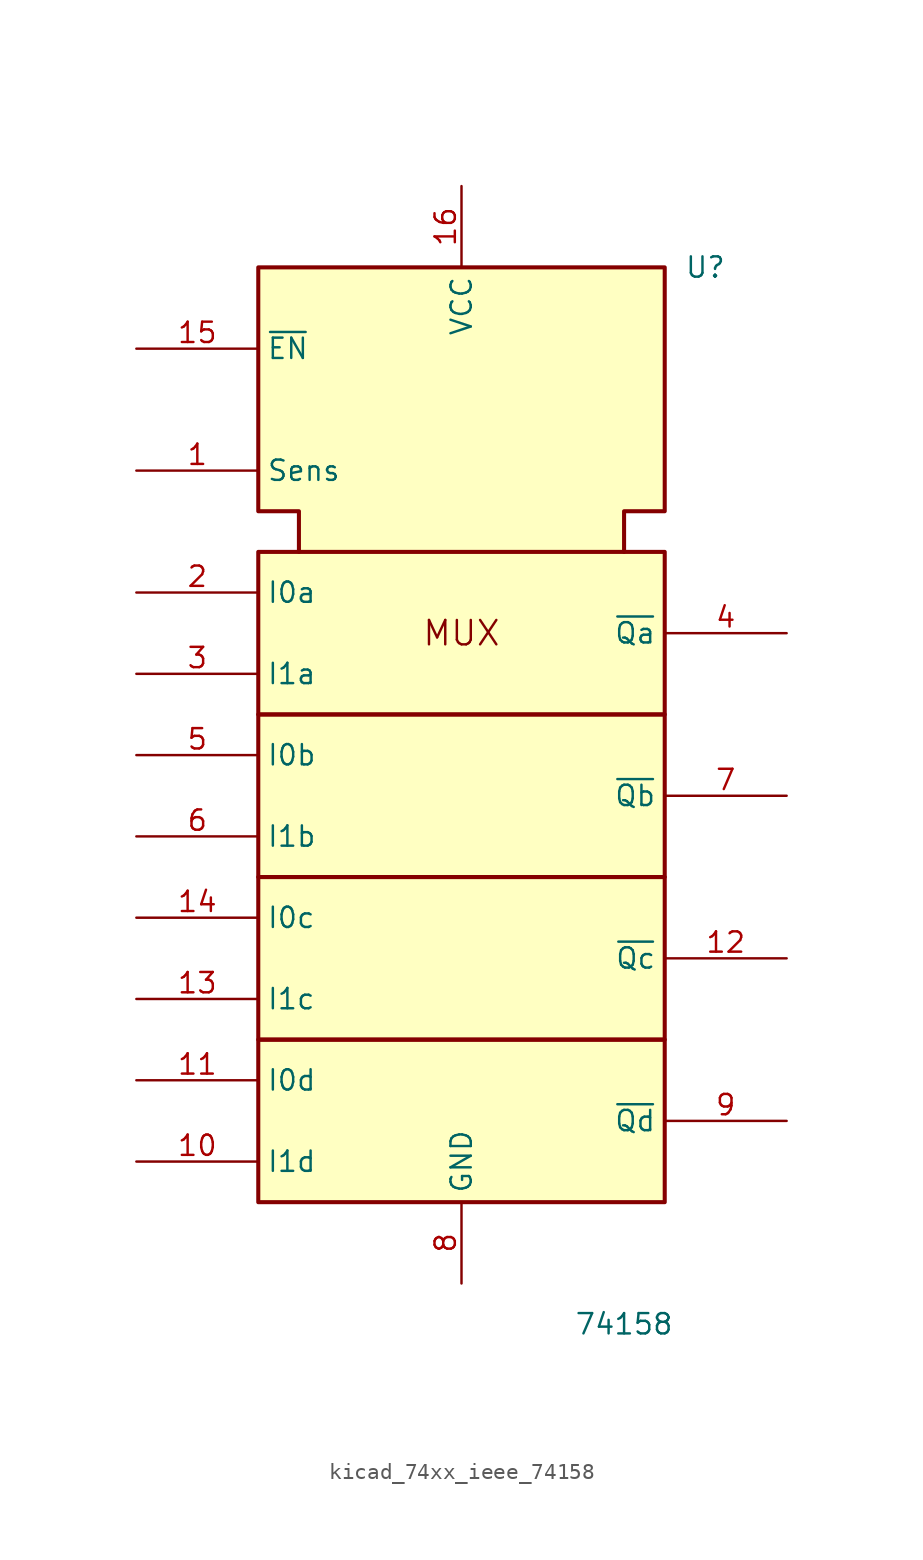
<source format=kicad_sym>
(kicad_symbol_lib
  (version 20220914)
  (generator kicad_symbol_editor)
  (symbol "kicad_74xx_ieee_74158"
    (property "Reference" "U"
      (at 15.24 48.26 0)
      (effects (font (size 1.27 1.27))))
    (property "Value" "74158"
      (at 10.16 -17.78 0)
      (effects (font (size 1.27 1.27))))
    (symbol "kicad_74xx_ieee_74158_0_0"
      (rectangle (start -12.7 0) (end 12.7 -10.16) (stroke (width 0.254) (type default)) (fill (type background)))
      (rectangle (start -12.7 10.16) (end 12.7 0) (stroke (width 0.254) (type default)) (fill (type background)))
      (rectangle (start -12.7 20.32) (end 12.7 10.16) (stroke (width 0.254) (type default)) (fill (type background)))
      (rectangle (start -12.7 30.48) (end 12.7 20.32) (stroke (width 0.254) (type default)) (fill (type background)))
      (polyline (pts (xy -10.16 30.48) (xy -10.16 33.02) (xy -12.7 33.02) (xy -12.7 48.26) (xy 12.7 48.26) (xy 12.7 33.02) (xy 10.16 33.02) (xy 10.16 30.48) (xy 10.16 30.48)) (stroke (width 0.254) (type default)) (fill (type background)))
      (text "MUX" (at 0 25.4 0) (effects (font (size 1.524 1.524))))
      (pin power_in line (at 0 53.34 270) (length 5.08) (name "VCC" (effects (font (size 1.27 1.27)))) (number "16" (effects (font (size 1.27 1.27)))))
      (pin power_in line (at 0 -15.24 90) (length 5.08) (name "GND" (effects (font (size 1.27 1.27)))) (number "8" (effects (font (size 1.27 1.27))))))
    (symbol "kicad_74xx_ieee_74158_1_1"
      (pin input line (at -20.32 35.56 0) (length 7.62) (name "Sens" (effects (font (size 1.27 1.27)))) (number "1" (effects (font (size 1.27 1.27)))))
      (pin input line (at -20.32 -7.62 0) (length 7.62) (name "I1d" (effects (font (size 1.27 1.27)))) (number "10" (effects (font (size 1.27 1.27)))))
      (pin input line (at -20.32 -2.54 0) (length 7.62) (name "I0d" (effects (font (size 1.27 1.27)))) (number "11" (effects (font (size 1.27 1.27)))))
      (pin output line (at 20.32 5.08 180) (length 7.62) (name "~{Qc}" (effects (font (size 1.27 1.27)))) (number "12" (effects (font (size 1.27 1.27)))))
      (pin input line (at -20.32 2.54 0) (length 7.62) (name "I1c" (effects (font (size 1.27 1.27)))) (number "13" (effects (font (size 1.27 1.27)))))
      (pin input line (at -20.32 7.62 0) (length 7.62) (name "I0c" (effects (font (size 1.27 1.27)))) (number "14" (effects (font (size 1.27 1.27)))))
      (pin input line (at -20.32 43.18 0) (length 7.62) (name "~{EN}" (effects (font (size 1.27 1.27)))) (number "15" (effects (font (size 1.27 1.27)))))
      (pin input line (at -20.32 27.94 0) (length 7.62) (name "I0a" (effects (font (size 1.27 1.27)))) (number "2" (effects (font (size 1.27 1.27)))))
      (pin input line (at -20.32 22.86 0) (length 7.62) (name "I1a" (effects (font (size 1.27 1.27)))) (number "3" (effects (font (size 1.27 1.27)))))
      (pin output line (at 20.32 25.4 180) (length 7.62) (name "~{Qa}" (effects (font (size 1.27 1.27)))) (number "4" (effects (font (size 1.27 1.27)))))
      (pin input line (at -20.32 17.78 0) (length 7.62) (name "I0b" (effects (font (size 1.27 1.27)))) (number "5" (effects (font (size 1.27 1.27)))))
      (pin input line (at -20.32 12.7 0) (length 7.62) (name "I1b" (effects (font (size 1.27 1.27)))) (number "6" (effects (font (size 1.27 1.27)))))
      (pin output line (at 20.32 15.24 180) (length 7.62) (name "~{Qb}" (effects (font (size 1.27 1.27)))) (number "7" (effects (font (size 1.27 1.27)))))
      (pin output line (at 20.32 -5.08 180) (length 7.62) (name "~{Qd}" (effects (font (size 1.27 1.27)))) (number "9" (effects (font (size 1.27 1.27))))))))
</source>
